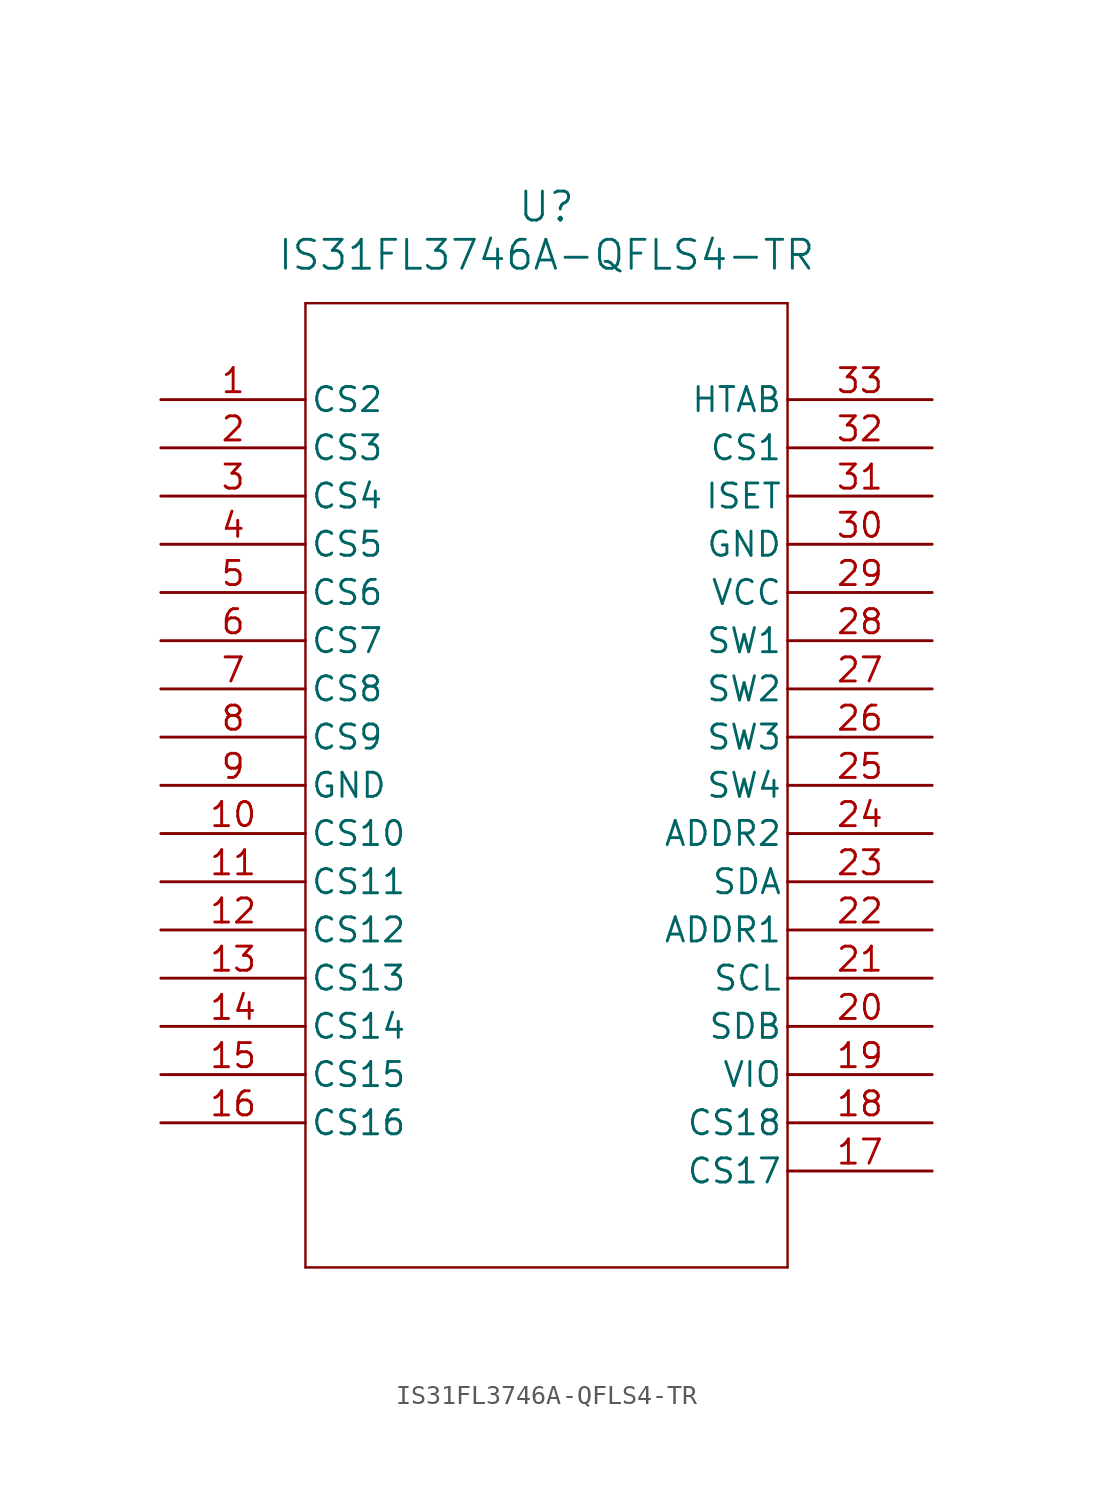
<source format=kicad_sym>
(kicad_symbol_lib
  (version 20211014)
  (generator kicad_symbol_editor)
  (symbol "IS31FL3746A-QFLS4-TR"
    (pin_names
      (offset 0.254))
    (property "Reference" "U"
      (at 20.32 10.16 0)
      (effects (font (size 1.524 1.524))))
    (property "Value" "IS31FL3746A-QFLS4-TR"
      (at 20.32 7.62 0)
      (effects (font (size 1.524 1.524))))
    (symbol "IS31FL3746A-QFLS4-TR_0_1"
      (polyline (pts (xy 7.62 5.08) (xy 7.62 -45.72)) (stroke (width 0.127) (type default) (color 0 0 0 0)) (fill (type none)))
      (polyline (pts (xy 7.62 -45.72) (xy 33.02 -45.72)) (stroke (width 0.127) (type default) (color 0 0 0 0)) (fill (type none)))
      (polyline (pts (xy 33.02 -45.72) (xy 33.02 5.08)) (stroke (width 0.127) (type default) (color 0 0 0 0)) (fill (type none)))
      (polyline (pts (xy 33.02 5.08) (xy 7.62 5.08)) (stroke (width 0.127) (type default) (color 0 0 0 0)) (fill (type none)))
      (pin bidirectional line (at 0 0 0) (length 7.62) (name "CS2" (effects (font (size 1.27 1.27)))) (number "1" (effects (font (size 1.27 1.27)))))
      (pin bidirectional line (at 0 -2.54 0) (length 7.62) (name "CS3" (effects (font (size 1.27 1.27)))) (number "2" (effects (font (size 1.27 1.27)))))
      (pin bidirectional line (at 0 -5.08 0) (length 7.62) (name "CS4" (effects (font (size 1.27 1.27)))) (number "3" (effects (font (size 1.27 1.27)))))
      (pin bidirectional line (at 0 -7.62 0) (length 7.62) (name "CS5" (effects (font (size 1.27 1.27)))) (number "4" (effects (font (size 1.27 1.27)))))
      (pin bidirectional line (at 0 -10.16 0) (length 7.62) (name "CS6" (effects (font (size 1.27 1.27)))) (number "5" (effects (font (size 1.27 1.27)))))
      (pin bidirectional line (at 0 -12.7 0) (length 7.62) (name "CS7" (effects (font (size 1.27 1.27)))) (number "6" (effects (font (size 1.27 1.27)))))
      (pin bidirectional line (at 0 -15.24 0) (length 7.62) (name "CS8" (effects (font (size 1.27 1.27)))) (number "7" (effects (font (size 1.27 1.27)))))
      (pin bidirectional line (at 0 -17.78 0) (length 7.62) (name "CS9" (effects (font (size 1.27 1.27)))) (number "8" (effects (font (size 1.27 1.27)))))
      (pin power_out line (at 0 -20.32 0) (length 7.62) (name "GND" (effects (font (size 1.27 1.27)))) (number "9" (effects (font (size 1.27 1.27)))))
      (pin bidirectional line (at 0 -22.86 0) (length 7.62) (name "CS10" (effects (font (size 1.27 1.27)))) (number "10" (effects (font (size 1.27 1.27)))))
      (pin bidirectional line (at 0 -25.4 0) (length 7.62) (name "CS11" (effects (font (size 1.27 1.27)))) (number "11" (effects (font (size 1.27 1.27)))))
      (pin bidirectional line (at 0 -27.94 0) (length 7.62) (name "CS12" (effects (font (size 1.27 1.27)))) (number "12" (effects (font (size 1.27 1.27)))))
      (pin bidirectional line (at 0 -30.48 0) (length 7.62) (name "CS13" (effects (font (size 1.27 1.27)))) (number "13" (effects (font (size 1.27 1.27)))))
      (pin bidirectional line (at 0 -33.02 0) (length 7.62) (name "CS14" (effects (font (size 1.27 1.27)))) (number "14" (effects (font (size 1.27 1.27)))))
      (pin bidirectional line (at 0 -35.56 0) (length 7.62) (name "CS15" (effects (font (size 1.27 1.27)))) (number "15" (effects (font (size 1.27 1.27)))))
      (pin bidirectional line (at 0 -38.1 0) (length 7.62) (name "CS16" (effects (font (size 1.27 1.27)))) (number "16" (effects (font (size 1.27 1.27)))))
      (pin bidirectional line (at 40.64 -40.64 180) (length 7.62) (name "CS17" (effects (font (size 1.27 1.27)))) (number "17" (effects (font (size 1.27 1.27)))))
      (pin bidirectional line (at 40.64 -38.1 180) (length 7.62) (name "CS18" (effects (font (size 1.27 1.27)))) (number "18" (effects (font (size 1.27 1.27)))))
      (pin power_in line (at 40.64 -35.56 180) (length 7.62) (name "VIO" (effects (font (size 1.27 1.27)))) (number "19" (effects (font (size 1.27 1.27)))))
      (pin unspecified line (at 40.64 -33.02 180) (length 7.62) (name "SDB" (effects (font (size 1.27 1.27)))) (number "20" (effects (font (size 1.27 1.27)))))
      (pin unspecified line (at 40.64 -30.48 180) (length 7.62) (name "SCL" (effects (font (size 1.27 1.27)))) (number "21" (effects (font (size 1.27 1.27)))))
      (pin bidirectional line (at 40.64 -27.94 180) (length 7.62) (name "ADDR1" (effects (font (size 1.27 1.27)))) (number "22" (effects (font (size 1.27 1.27)))))
      (pin unspecified line (at 40.64 -25.4 180) (length 7.62) (name "SDA" (effects (font (size 1.27 1.27)))) (number "23" (effects (font (size 1.27 1.27)))))
      (pin bidirectional line (at 40.64 -22.86 180) (length 7.62) (name "ADDR2" (effects (font (size 1.27 1.27)))) (number "24" (effects (font (size 1.27 1.27)))))
      (pin bidirectional line (at 40.64 -20.32 180) (length 7.62) (name "SW4" (effects (font (size 1.27 1.27)))) (number "25" (effects (font (size 1.27 1.27)))))
      (pin bidirectional line (at 40.64 -17.78 180) (length 7.62) (name "SW3" (effects (font (size 1.27 1.27)))) (number "26" (effects (font (size 1.27 1.27)))))
      (pin bidirectional line (at 40.64 -15.24 180) (length 7.62) (name "SW2" (effects (font (size 1.27 1.27)))) (number "27" (effects (font (size 1.27 1.27)))))
      (pin bidirectional line (at 40.64 -12.7 180) (length 7.62) (name "SW1" (effects (font (size 1.27 1.27)))) (number "28" (effects (font (size 1.27 1.27)))))
      (pin power_in line (at 40.64 -10.16 180) (length 7.62) (name "VCC" (effects (font (size 1.27 1.27)))) (number "29" (effects (font (size 1.27 1.27)))))
      (pin power_out line (at 40.64 -7.62 180) (length 7.62) (name "GND" (effects (font (size 1.27 1.27)))) (number "30" (effects (font (size 1.27 1.27)))))
      (pin unspecified line (at 40.64 -5.08 180) (length 7.62) (name "ISET" (effects (font (size 1.27 1.27)))) (number "31" (effects (font (size 1.27 1.27)))))
      (pin bidirectional line (at 40.64 -2.54 180) (length 7.62) (name "CS1" (effects (font (size 1.27 1.27)))) (number "32" (effects (font (size 1.27 1.27)))))
      (pin power_out line (at 40.64 0 180) (length 7.62) (name "HTAB" (effects (font (size 1.27 1.27)))) (number "33" (effects (font (size 1.27 1.27))))))))
</source>
